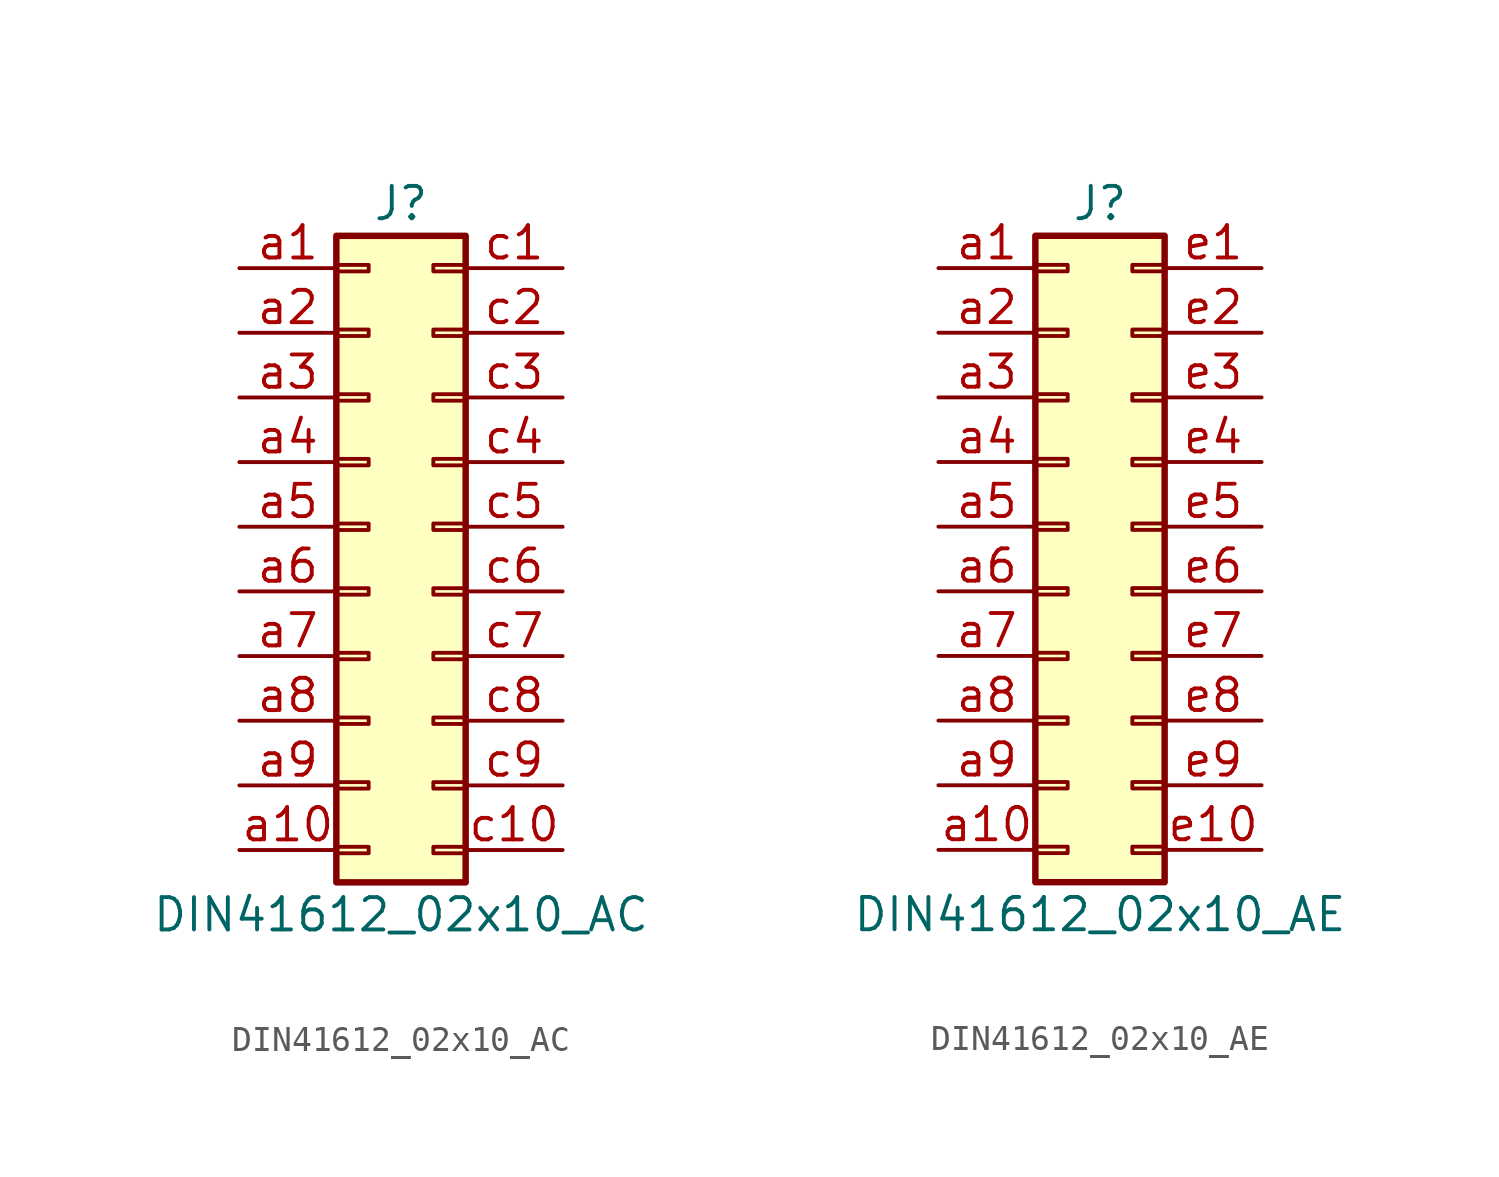
<source format=kicad_sym>
(kicad_symbol_lib
  (version 20201005)
  (generator kicad_symbol_editor)
  (symbol "Connector:DIN41612_02x10_AC"
    (pin_names
      (offset 1.016) hide)
    (property "Reference" "J"
      (at 1.27 12.7 0)
      (effects (font (size 1.27 1.27))))
    (property "Value" "DIN41612_02x10_AC"
      (at 1.27 -15.24 0)
      (effects (font (size 1.27 1.27))))
    (symbol "DIN41612_02x10_AC_1_1"
      (rectangle (start -1.27 -12.573) (end 0 -12.827) (stroke (width 0.152)) (fill (type none)))
      (rectangle (start -1.27 -10.033) (end 0 -10.287) (stroke (width 0.152)) (fill (type none)))
      (rectangle (start -1.27 -7.493) (end 0 -7.747) (stroke (width 0.152)) (fill (type none)))
      (rectangle (start -1.27 -4.953) (end 0 -5.207) (stroke (width 0.152)) (fill (type none)))
      (rectangle (start -1.27 -2.413) (end 0 -2.667) (stroke (width 0.152)) (fill (type none)))
      (rectangle (start -1.27 0.127) (end 0 -0.127) (stroke (width 0.152)) (fill (type none)))
      (rectangle (start -1.27 2.667) (end 0 2.413) (stroke (width 0.152)) (fill (type none)))
      (rectangle (start -1.27 5.207) (end 0 4.953) (stroke (width 0.152)) (fill (type none)))
      (rectangle (start -1.27 7.747) (end 0 7.493) (stroke (width 0.152)) (fill (type none)))
      (rectangle (start -1.27 10.287) (end 0 10.033) (stroke (width 0.152)) (fill (type none)))
      (rectangle (start 3.81 -12.573) (end 2.54 -12.827) (stroke (width 0.152)) (fill (type none)))
      (rectangle (start 3.81 -10.033) (end 2.54 -10.287) (stroke (width 0.152)) (fill (type none)))
      (rectangle (start 3.81 -7.493) (end 2.54 -7.747) (stroke (width 0.152)) (fill (type none)))
      (rectangle (start 3.81 -4.953) (end 2.54 -5.207) (stroke (width 0.152)) (fill (type none)))
      (rectangle (start 3.81 -2.413) (end 2.54 -2.667) (stroke (width 0.152)) (fill (type none)))
      (rectangle (start 3.81 0.127) (end 2.54 -0.127) (stroke (width 0.152)) (fill (type none)))
      (rectangle (start 3.81 2.667) (end 2.54 2.413) (stroke (width 0.152)) (fill (type none)))
      (rectangle (start 3.81 5.207) (end 2.54 4.953) (stroke (width 0.152)) (fill (type none)))
      (rectangle (start 3.81 7.747) (end 2.54 7.493) (stroke (width 0.152)) (fill (type none)))
      (rectangle (start 3.81 10.287) (end 2.54 10.033) (stroke (width 0.152)) (fill (type none)))
      (rectangle (start -1.27 11.43) (end 3.81 -13.97) (stroke (width 0.254)) (fill (type background)))
      (pin passive line (at -5.08 10.16 0) (length 3.81) (name "Pin_a1" (effects (font (size 1.27 1.27)))) (number "a1" (effects (font (size 1.27 1.27)))))
      (pin passive line (at -5.08 -12.7 0) (length 3.81) (name "Pin_a10" (effects (font (size 1.27 1.27)))) (number "a10" (effects (font (size 1.27 1.27)))))
      (pin passive line (at -5.08 7.62 0) (length 3.81) (name "Pin_a2" (effects (font (size 1.27 1.27)))) (number "a2" (effects (font (size 1.27 1.27)))))
      (pin passive line (at -5.08 5.08 0) (length 3.81) (name "Pin_a3" (effects (font (size 1.27 1.27)))) (number "a3" (effects (font (size 1.27 1.27)))))
      (pin passive line (at -5.08 2.54 0) (length 3.81) (name "Pin_a4" (effects (font (size 1.27 1.27)))) (number "a4" (effects (font (size 1.27 1.27)))))
      (pin passive line (at -5.08 0 0) (length 3.81) (name "Pin_a5" (effects (font (size 1.27 1.27)))) (number "a5" (effects (font (size 1.27 1.27)))))
      (pin passive line (at -5.08 -2.54 0) (length 3.81) (name "Pin_a6" (effects (font (size 1.27 1.27)))) (number "a6" (effects (font (size 1.27 1.27)))))
      (pin passive line (at -5.08 -5.08 0) (length 3.81) (name "Pin_a7" (effects (font (size 1.27 1.27)))) (number "a7" (effects (font (size 1.27 1.27)))))
      (pin passive line (at -5.08 -7.62 0) (length 3.81) (name "Pin_a8" (effects (font (size 1.27 1.27)))) (number "a8" (effects (font (size 1.27 1.27)))))
      (pin passive line (at -5.08 -10.16 0) (length 3.81) (name "Pin_a9" (effects (font (size 1.27 1.27)))) (number "a9" (effects (font (size 1.27 1.27)))))
      (pin passive line (at 7.62 10.16 180) (length 3.81) (name "Pin_c1" (effects (font (size 1.27 1.27)))) (number "c1" (effects (font (size 1.27 1.27)))))
      (pin passive line (at 7.62 -12.7 180) (length 3.81) (name "Pin_c10" (effects (font (size 1.27 1.27)))) (number "c10" (effects (font (size 1.27 1.27)))))
      (pin passive line (at 7.62 7.62 180) (length 3.81) (name "Pin_c2" (effects (font (size 1.27 1.27)))) (number "c2" (effects (font (size 1.27 1.27)))))
      (pin passive line (at 7.62 5.08 180) (length 3.81) (name "Pin_c3" (effects (font (size 1.27 1.27)))) (number "c3" (effects (font (size 1.27 1.27)))))
      (pin passive line (at 7.62 2.54 180) (length 3.81) (name "Pin_c4" (effects (font (size 1.27 1.27)))) (number "c4" (effects (font (size 1.27 1.27)))))
      (pin passive line (at 7.62 0 180) (length 3.81) (name "Pin_c5" (effects (font (size 1.27 1.27)))) (number "c5" (effects (font (size 1.27 1.27)))))
      (pin passive line (at 7.62 -2.54 180) (length 3.81) (name "Pin_c6" (effects (font (size 1.27 1.27)))) (number "c6" (effects (font (size 1.27 1.27)))))
      (pin passive line (at 7.62 -5.08 180) (length 3.81) (name "Pin_c7" (effects (font (size 1.27 1.27)))) (number "c7" (effects (font (size 1.27 1.27)))))
      (pin passive line (at 7.62 -7.62 180) (length 3.81) (name "Pin_c8" (effects (font (size 1.27 1.27)))) (number "c8" (effects (font (size 1.27 1.27)))))
      (pin passive line (at 7.62 -10.16 180) (length 3.81) (name "Pin_c9" (effects (font (size 1.27 1.27)))) (number "c9" (effects (font (size 1.27 1.27)))))))
  (symbol "Connector:DIN41612_02x10_AE"
    (pin_names
      (offset 1.016) hide)
    (property "Reference" "J"
      (at 1.27 12.7 0)
      (effects (font (size 1.27 1.27))))
    (property "Value" "DIN41612_02x10_AE"
      (at 1.27 -15.24 0)
      (effects (font (size 1.27 1.27))))
    (symbol "DIN41612_02x10_AE_1_1"
      (rectangle (start -1.27 -12.573) (end 0 -12.827) (stroke (width 0.152)) (fill (type none)))
      (rectangle (start -1.27 -10.033) (end 0 -10.287) (stroke (width 0.152)) (fill (type none)))
      (rectangle (start -1.27 -7.493) (end 0 -7.747) (stroke (width 0.152)) (fill (type none)))
      (rectangle (start -1.27 -4.953) (end 0 -5.207) (stroke (width 0.152)) (fill (type none)))
      (rectangle (start -1.27 -2.413) (end 0 -2.667) (stroke (width 0.152)) (fill (type none)))
      (rectangle (start -1.27 0.127) (end 0 -0.127) (stroke (width 0.152)) (fill (type none)))
      (rectangle (start -1.27 2.667) (end 0 2.413) (stroke (width 0.152)) (fill (type none)))
      (rectangle (start -1.27 5.207) (end 0 4.953) (stroke (width 0.152)) (fill (type none)))
      (rectangle (start -1.27 7.747) (end 0 7.493) (stroke (width 0.152)) (fill (type none)))
      (rectangle (start -1.27 10.287) (end 0 10.033) (stroke (width 0.152)) (fill (type none)))
      (rectangle (start 3.81 -12.573) (end 2.54 -12.827) (stroke (width 0.152)) (fill (type none)))
      (rectangle (start 3.81 -10.033) (end 2.54 -10.287) (stroke (width 0.152)) (fill (type none)))
      (rectangle (start 3.81 -7.493) (end 2.54 -7.747) (stroke (width 0.152)) (fill (type none)))
      (rectangle (start 3.81 -4.953) (end 2.54 -5.207) (stroke (width 0.152)) (fill (type none)))
      (rectangle (start 3.81 -2.413) (end 2.54 -2.667) (stroke (width 0.152)) (fill (type none)))
      (rectangle (start 3.81 0.127) (end 2.54 -0.127) (stroke (width 0.152)) (fill (type none)))
      (rectangle (start 3.81 2.667) (end 2.54 2.413) (stroke (width 0.152)) (fill (type none)))
      (rectangle (start 3.81 5.207) (end 2.54 4.953) (stroke (width 0.152)) (fill (type none)))
      (rectangle (start 3.81 7.747) (end 2.54 7.493) (stroke (width 0.152)) (fill (type none)))
      (rectangle (start 3.81 10.287) (end 2.54 10.033) (stroke (width 0.152)) (fill (type none)))
      (rectangle (start -1.27 11.43) (end 3.81 -13.97) (stroke (width 0.254)) (fill (type background)))
      (pin passive line (at -5.08 10.16 0) (length 3.81) (name "Pin_a1" (effects (font (size 1.27 1.27)))) (number "a1" (effects (font (size 1.27 1.27)))))
      (pin passive line (at -5.08 -12.7 0) (length 3.81) (name "Pin_a10" (effects (font (size 1.27 1.27)))) (number "a10" (effects (font (size 1.27 1.27)))))
      (pin passive line (at -5.08 7.62 0) (length 3.81) (name "Pin_a2" (effects (font (size 1.27 1.27)))) (number "a2" (effects (font (size 1.27 1.27)))))
      (pin passive line (at -5.08 5.08 0) (length 3.81) (name "Pin_a3" (effects (font (size 1.27 1.27)))) (number "a3" (effects (font (size 1.27 1.27)))))
      (pin passive line (at -5.08 2.54 0) (length 3.81) (name "Pin_a4" (effects (font (size 1.27 1.27)))) (number "a4" (effects (font (size 1.27 1.27)))))
      (pin passive line (at -5.08 0 0) (length 3.81) (name "Pin_a5" (effects (font (size 1.27 1.27)))) (number "a5" (effects (font (size 1.27 1.27)))))
      (pin passive line (at -5.08 -2.54 0) (length 3.81) (name "Pin_a6" (effects (font (size 1.27 1.27)))) (number "a6" (effects (font (size 1.27 1.27)))))
      (pin passive line (at -5.08 -5.08 0) (length 3.81) (name "Pin_a7" (effects (font (size 1.27 1.27)))) (number "a7" (effects (font (size 1.27 1.27)))))
      (pin passive line (at -5.08 -7.62 0) (length 3.81) (name "Pin_a8" (effects (font (size 1.27 1.27)))) (number "a8" (effects (font (size 1.27 1.27)))))
      (pin passive line (at -5.08 -10.16 0) (length 3.81) (name "Pin_a9" (effects (font (size 1.27 1.27)))) (number "a9" (effects (font (size 1.27 1.27)))))
      (pin passive line (at 7.62 10.16 180) (length 3.81) (name "Pin_e1" (effects (font (size 1.27 1.27)))) (number "e1" (effects (font (size 1.27 1.27)))))
      (pin passive line (at 7.62 -12.7 180) (length 3.81) (name "Pin_e10" (effects (font (size 1.27 1.27)))) (number "e10" (effects (font (size 1.27 1.27)))))
      (pin passive line (at 7.62 7.62 180) (length 3.81) (name "Pin_e2" (effects (font (size 1.27 1.27)))) (number "e2" (effects (font (size 1.27 1.27)))))
      (pin passive line (at 7.62 5.08 180) (length 3.81) (name "Pin_e3" (effects (font (size 1.27 1.27)))) (number "e3" (effects (font (size 1.27 1.27)))))
      (pin passive line (at 7.62 2.54 180) (length 3.81) (name "Pin_e4" (effects (font (size 1.27 1.27)))) (number "e4" (effects (font (size 1.27 1.27)))))
      (pin passive line (at 7.62 0 180) (length 3.81) (name "Pin_e5" (effects (font (size 1.27 1.27)))) (number "e5" (effects (font (size 1.27 1.27)))))
      (pin passive line (at 7.62 -2.54 180) (length 3.81) (name "Pin_e6" (effects (font (size 1.27 1.27)))) (number "e6" (effects (font (size 1.27 1.27)))))
      (pin passive line (at 7.62 -5.08 180) (length 3.81) (name "Pin_e7" (effects (font (size 1.27 1.27)))) (number "e7" (effects (font (size 1.27 1.27)))))
      (pin passive line (at 7.62 -7.62 180) (length 3.81) (name "Pin_e8" (effects (font (size 1.27 1.27)))) (number "e8" (effects (font (size 1.27 1.27)))))
      (pin passive line (at 7.62 -10.16 180) (length 3.81) (name "Pin_e9" (effects (font (size 1.27 1.27)))) (number "e9" (effects (font (size 1.27 1.27))))))))
</source>
